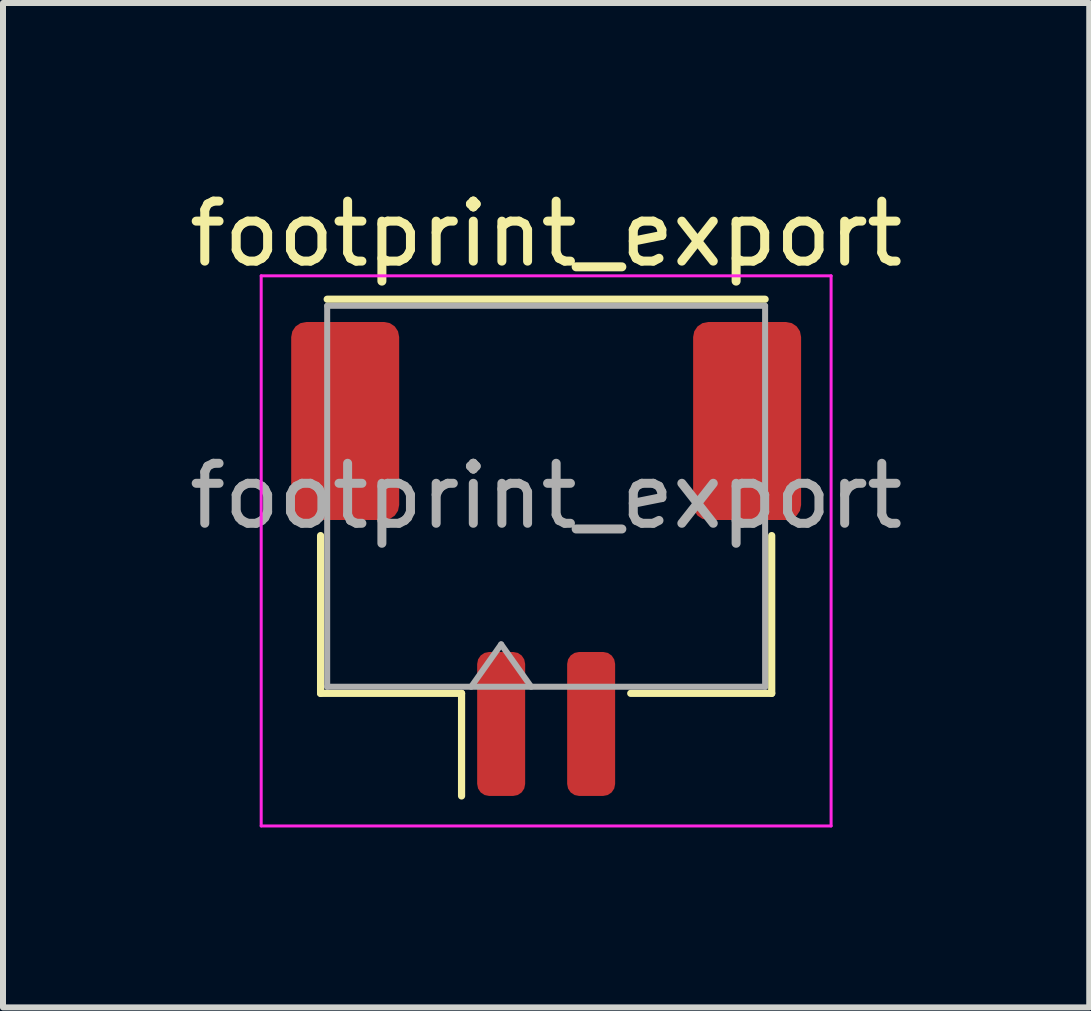
<source format=kicad_pcb>
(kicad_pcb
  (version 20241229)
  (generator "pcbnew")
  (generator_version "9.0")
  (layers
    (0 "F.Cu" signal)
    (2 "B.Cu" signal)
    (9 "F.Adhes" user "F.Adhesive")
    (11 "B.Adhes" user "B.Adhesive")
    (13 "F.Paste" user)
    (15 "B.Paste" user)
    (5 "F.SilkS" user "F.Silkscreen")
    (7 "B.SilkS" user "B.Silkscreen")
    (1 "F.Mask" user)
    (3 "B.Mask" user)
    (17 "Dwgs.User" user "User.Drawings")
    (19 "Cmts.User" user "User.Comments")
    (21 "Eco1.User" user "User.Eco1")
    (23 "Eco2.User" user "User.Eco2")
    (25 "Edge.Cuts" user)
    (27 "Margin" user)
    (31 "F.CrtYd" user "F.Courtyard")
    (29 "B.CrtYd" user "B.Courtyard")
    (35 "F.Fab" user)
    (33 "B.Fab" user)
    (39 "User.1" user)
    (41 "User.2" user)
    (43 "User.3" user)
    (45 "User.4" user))
  (footprint "footprint_export"
    (layer "F.Cu")
    (at 6.054 6.268)
    (property "Reference" "footprint_export" (at 0 -5.42 0) (layer "F.SilkS") (effects (font (size 1 1) (thickness 0.15))))
    (attr smd)
    (fp_line (start -3.76 -0.39) (end -3.76 2.24) (stroke (width 0.12) (type solid)) (layer "F.SilkS"))
    (fp_line (start -3.76 2.24) (end -1.41 2.24) (stroke (width 0.12) (type solid)) (layer "F.SilkS"))
    (fp_line (start -3.65 -4.33) (end 3.65 -4.33) (stroke (width 0.12) (type solid)) (layer "F.SilkS"))
    (fp_line (start -1.41 2.24) (end -1.41 3.95) (stroke (width 0.12) (type solid)) (layer "F.SilkS"))
    (fp_line (start 3.76 -0.39) (end 3.76 2.24) (stroke (width 0.12) (type solid)) (layer "F.SilkS"))
    (fp_line (start 3.76 2.24) (end 1.41 2.24) (stroke (width 0.12) (type solid)) (layer "F.SilkS"))
    (fp_line (start -4.75 -4.72) (end -4.75 4.45) (stroke (width 0.05) (type solid)) (layer "F.CrtYd"))
    (fp_line (start -4.75 4.45) (end 4.75 4.45) (stroke (width 0.05) (type solid)) (layer "F.CrtYd"))
    (fp_line (start 4.75 -4.72) (end -4.75 -4.72) (stroke (width 0.05) (type solid)) (layer "F.CrtYd"))
    (fp_line (start 4.75 4.45) (end 4.75 -4.72) (stroke (width 0.05) (type solid)) (layer "F.CrtYd"))
    (fp_line (start -3.65 -4.22) (end 3.65 -4.22) (stroke (width 0.1) (type solid)) (layer "F.Fab"))
    (fp_line (start -3.65 2.13) (end -3.65 -4.22) (stroke (width 0.1) (type solid)) (layer "F.Fab"))
    (fp_line (start -3.65 2.13) (end 3.65 2.13) (stroke (width 0.1) (type solid)) (layer "F.Fab"))
    (fp_line (start -1.25 2.13) (end -0.75 1.423) (stroke (width 0.1) (type solid)) (layer "F.Fab"))
    (fp_line (start -0.75 1.423) (end -0.25 2.13) (stroke (width 0.1) (type solid)) (layer "F.Fab"))
    (fp_line (start 3.65 2.13) (end 3.65 -4.22) (stroke (width 0.1) (type solid)) (layer "F.Fab"))
    (fp_text user "${REFERENCE}" (at 0 -1.05 0) (layer "F.Fab") (effects (font (size 1 1) (thickness 0.15))))
    (pad "1" smd roundrect (at -0.75 2.75) (size 0.8 2.4) (layers "F.Cu" "F.Mask" "F.Paste") (roundrect_rratio 0.25))
    (pad "2" smd roundrect (at 0.75 2.75) (size 0.8 2.4) (layers "F.Cu" "F.Mask" "F.Paste") (roundrect_rratio 0.25))
    (pad "MP" smd roundrect (at -3.35 -2.3) (size 1.8 3.3) (layers "F.Cu" "F.Mask" "F.Paste") (roundrect_rratio 0.139))
    (pad "MP" smd roundrect (at 3.35 -2.3) (size 1.8 3.3) (layers "F.Cu" "F.Mask" "F.Paste") (roundrect_rratio 0.139)))
  (gr_rect
    (start -3 -3)
    (end 15.107 13.743)
    (stroke (width 0.1) (type default))
    (fill no)
    (layer "Edge.Cuts")))
</source>
